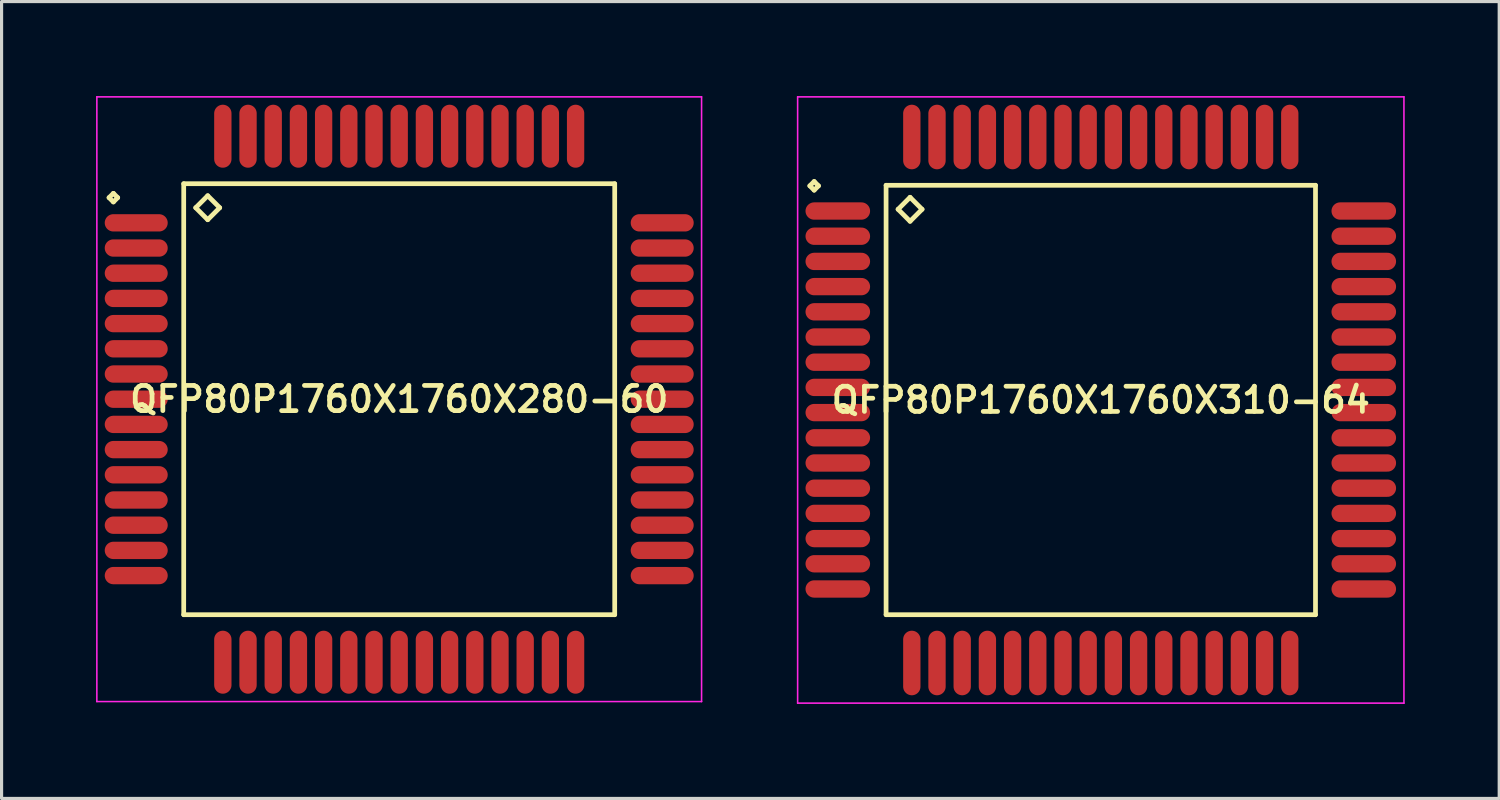
<source format=kicad_pcb>
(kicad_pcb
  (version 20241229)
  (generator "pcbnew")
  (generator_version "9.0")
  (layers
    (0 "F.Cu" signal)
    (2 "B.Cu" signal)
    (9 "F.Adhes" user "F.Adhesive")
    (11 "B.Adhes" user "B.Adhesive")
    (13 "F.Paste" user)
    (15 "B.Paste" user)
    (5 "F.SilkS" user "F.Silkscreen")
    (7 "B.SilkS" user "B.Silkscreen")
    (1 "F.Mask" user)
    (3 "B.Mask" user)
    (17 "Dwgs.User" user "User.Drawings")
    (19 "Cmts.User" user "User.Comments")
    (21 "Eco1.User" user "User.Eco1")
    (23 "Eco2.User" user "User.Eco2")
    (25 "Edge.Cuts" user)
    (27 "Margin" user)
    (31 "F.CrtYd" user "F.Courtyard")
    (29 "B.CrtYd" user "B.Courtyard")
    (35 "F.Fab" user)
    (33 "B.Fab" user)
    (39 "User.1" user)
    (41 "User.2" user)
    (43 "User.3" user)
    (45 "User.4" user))
  (footprint "QFP80P1760X1760X280-60"
    (layer "F.Cu")
    (at 9.625 9.625)
    (property "Reference" "QFP80P1760X1760X280-60" (at 0 0 0) (layer "F.SilkS") (effects (font (size 0.8 0.8) (thickness 0.15))))
    (attr smd)
    (fp_line (start -9.213 -6.4) (end -9.075 -6.537) (stroke (width 0.15) (type solid)) (layer "F.SilkS"))
    (fp_line (start -9.075 -6.537) (end -8.938 -6.4) (stroke (width 0.15) (type solid)) (layer "F.SilkS"))
    (fp_line (start -9.075 -6.263) (end -9.213 -6.4) (stroke (width 0.15) (type solid)) (layer "F.SilkS"))
    (fp_line (start -8.938 -6.4) (end -9.075 -6.263) (stroke (width 0.15) (type solid)) (layer "F.SilkS"))
    (fp_line (start -6.842 -6.842) (end -6.842 6.842) (stroke (width 0.15) (type solid)) (layer "F.SilkS"))
    (fp_line (start -6.842 6.842) (end 6.842 6.842) (stroke (width 0.15) (type solid)) (layer "F.SilkS"))
    (fp_line (start -6.461 -6.08) (end -6.08 -6.461) (stroke (width 0.15) (type solid)) (layer "F.SilkS"))
    (fp_line (start -6.08 -6.461) (end -5.699 -6.08) (stroke (width 0.15) (type solid)) (layer "F.SilkS"))
    (fp_line (start -6.08 -5.699) (end -6.461 -6.08) (stroke (width 0.15) (type solid)) (layer "F.SilkS"))
    (fp_line (start -5.699 -6.08) (end -6.08 -5.699) (stroke (width 0.15) (type solid)) (layer "F.SilkS"))
    (fp_line (start 6.842 -6.842) (end -6.842 -6.842) (stroke (width 0.15) (type solid)) (layer "F.SilkS"))
    (fp_line (start 6.842 6.842) (end 6.842 -6.842) (stroke (width 0.15) (type solid)) (layer "F.SilkS"))
    (fp_line (start -9.6 -9.6) (end 9.6 -9.6) (stroke (width 0.05) (type solid)) (layer "F.CrtYd"))
    (fp_line (start -9.6 9.6) (end -9.6 -9.6) (stroke (width 0.05) (type solid)) (layer "F.CrtYd"))
    (fp_line (start 9.6 -9.6) (end 9.6 9.6) (stroke (width 0.05) (type solid)) (layer "F.CrtYd"))
    (fp_line (start 9.6 9.6) (end -9.6 9.6) (stroke (width 0.05) (type solid)) (layer "F.CrtYd"))
    (pad "1" smd oval (at -8.35 -5.6) (size 2 0.55) (layers "F.Cu" "F.Mask" "F.Paste"))
    (pad "2" smd oval (at -8.35 -4.8) (size 2 0.55) (layers "F.Cu" "F.Mask" "F.Paste"))
    (pad "3" smd oval (at -8.35 -4) (size 2 0.55) (layers "F.Cu" "F.Mask" "F.Paste"))
    (pad "4" smd oval (at -8.35 -3.2) (size 2 0.55) (layers "F.Cu" "F.Mask" "F.Paste"))
    (pad "5" smd oval (at -8.35 -2.4) (size 2 0.55) (layers "F.Cu" "F.Mask" "F.Paste"))
    (pad "6" smd oval (at -8.35 -1.6) (size 2 0.55) (layers "F.Cu" "F.Mask" "F.Paste"))
    (pad "7" smd oval (at -8.35 -0.8) (size 2 0.55) (layers "F.Cu" "F.Mask" "F.Paste"))
    (pad "8" smd oval (at -8.35 0) (size 2 0.55) (layers "F.Cu" "F.Mask" "F.Paste"))
    (pad "9" smd oval (at -8.35 0.8) (size 2 0.55) (layers "F.Cu" "F.Mask" "F.Paste"))
    (pad "10" smd oval (at -8.35 1.6) (size 2 0.55) (layers "F.Cu" "F.Mask" "F.Paste"))
    (pad "11" smd oval (at -8.35 2.4) (size 2 0.55) (layers "F.Cu" "F.Mask" "F.Paste"))
    (pad "12" smd oval (at -8.35 3.2) (size 2 0.55) (layers "F.Cu" "F.Mask" "F.Paste"))
    (pad "13" smd oval (at -8.35 4) (size 2 0.55) (layers "F.Cu" "F.Mask" "F.Paste"))
    (pad "14" smd oval (at -8.35 4.8) (size 2 0.55) (layers "F.Cu" "F.Mask" "F.Paste"))
    (pad "15" smd oval (at -8.35 5.6) (size 2 0.55) (layers "F.Cu" "F.Mask" "F.Paste"))
    (pad "16" smd oval (at -5.6 8.35) (size 0.55 2) (layers "F.Cu" "F.Mask" "F.Paste"))
    (pad "17" smd oval (at -4.8 8.35) (size 0.55 2) (layers "F.Cu" "F.Mask" "F.Paste"))
    (pad "18" smd oval (at -4 8.35) (size 0.55 2) (layers "F.Cu" "F.Mask" "F.Paste"))
    (pad "19" smd oval (at -3.2 8.35) (size 0.55 2) (layers "F.Cu" "F.Mask" "F.Paste"))
    (pad "20" smd oval (at -2.4 8.35) (size 0.55 2) (layers "F.Cu" "F.Mask" "F.Paste"))
    (pad "21" smd oval (at -1.6 8.35) (size 0.55 2) (layers "F.Cu" "F.Mask" "F.Paste"))
    (pad "22" smd oval (at -0.8 8.35) (size 0.55 2) (layers "F.Cu" "F.Mask" "F.Paste"))
    (pad "23" smd oval (at 0 8.35) (size 0.55 2) (layers "F.Cu" "F.Mask" "F.Paste"))
    (pad "24" smd oval (at 0.8 8.35) (size 0.55 2) (layers "F.Cu" "F.Mask" "F.Paste"))
    (pad "25" smd oval (at 1.6 8.35) (size 0.55 2) (layers "F.Cu" "F.Mask" "F.Paste"))
    (pad "26" smd oval (at 2.4 8.35) (size 0.55 2) (layers "F.Cu" "F.Mask" "F.Paste"))
    (pad "27" smd oval (at 3.2 8.35) (size 0.55 2) (layers "F.Cu" "F.Mask" "F.Paste"))
    (pad "28" smd oval (at 4 8.35) (size 0.55 2) (layers "F.Cu" "F.Mask" "F.Paste"))
    (pad "29" smd oval (at 4.8 8.35) (size 0.55 2) (layers "F.Cu" "F.Mask" "F.Paste"))
    (pad "30" smd oval (at 5.6 8.35) (size 0.55 2) (layers "F.Cu" "F.Mask" "F.Paste"))
    (pad "31" smd oval (at 8.35 5.6) (size 2 0.55) (layers "F.Cu" "F.Mask" "F.Paste"))
    (pad "32" smd oval (at 8.35 4.8) (size 2 0.55) (layers "F.Cu" "F.Mask" "F.Paste"))
    (pad "33" smd oval (at 8.35 4) (size 2 0.55) (layers "F.Cu" "F.Mask" "F.Paste"))
    (pad "34" smd oval (at 8.35 3.2) (size 2 0.55) (layers "F.Cu" "F.Mask" "F.Paste"))
    (pad "35" smd oval (at 8.35 2.4) (size 2 0.55) (layers "F.Cu" "F.Mask" "F.Paste"))
    (pad "36" smd oval (at 8.35 1.6) (size 2 0.55) (layers "F.Cu" "F.Mask" "F.Paste"))
    (pad "37" smd oval (at 8.35 0.8) (size 2 0.55) (layers "F.Cu" "F.Mask" "F.Paste"))
    (pad "38" smd oval (at 8.35 0) (size 2 0.55) (layers "F.Cu" "F.Mask" "F.Paste"))
    (pad "39" smd oval (at 8.35 -0.8) (size 2 0.55) (layers "F.Cu" "F.Mask" "F.Paste"))
    (pad "40" smd oval (at 8.35 -1.6) (size 2 0.55) (layers "F.Cu" "F.Mask" "F.Paste"))
    (pad "41" smd oval (at 8.35 -2.4) (size 2 0.55) (layers "F.Cu" "F.Mask" "F.Paste"))
    (pad "42" smd oval (at 8.35 -3.2) (size 2 0.55) (layers "F.Cu" "F.Mask" "F.Paste"))
    (pad "43" smd oval (at 8.35 -4) (size 2 0.55) (layers "F.Cu" "F.Mask" "F.Paste"))
    (pad "44" smd oval (at 8.35 -4.8) (size 2 0.55) (layers "F.Cu" "F.Mask" "F.Paste"))
    (pad "45" smd oval (at 8.35 -5.6) (size 2 0.55) (layers "F.Cu" "F.Mask" "F.Paste"))
    (pad "46" smd oval (at 5.6 -8.35) (size 0.55 2) (layers "F.Cu" "F.Mask" "F.Paste"))
    (pad "47" smd oval (at 4.8 -8.35) (size 0.55 2) (layers "F.Cu" "F.Mask" "F.Paste"))
    (pad "48" smd oval (at 4 -8.35) (size 0.55 2) (layers "F.Cu" "F.Mask" "F.Paste"))
    (pad "49" smd oval (at 3.2 -8.35) (size 0.55 2) (layers "F.Cu" "F.Mask" "F.Paste"))
    (pad "50" smd oval (at 2.4 -8.35) (size 0.55 2) (layers "F.Cu" "F.Mask" "F.Paste"))
    (pad "51" smd oval (at 1.6 -8.35) (size 0.55 2) (layers "F.Cu" "F.Mask" "F.Paste"))
    (pad "52" smd oval (at 0.8 -8.35) (size 0.55 2) (layers "F.Cu" "F.Mask" "F.Paste"))
    (pad "53" smd oval (at 0 -8.35) (size 0.55 2) (layers "F.Cu" "F.Mask" "F.Paste"))
    (pad "54" smd oval (at -0.8 -8.35) (size 0.55 2) (layers "F.Cu" "F.Mask" "F.Paste"))
    (pad "55" smd oval (at -1.6 -8.35) (size 0.55 2) (layers "F.Cu" "F.Mask" "F.Paste"))
    (pad "56" smd oval (at -2.4 -8.35) (size 0.55 2) (layers "F.Cu" "F.Mask" "F.Paste"))
    (pad "57" smd oval (at -3.2 -8.35) (size 0.55 2) (layers "F.Cu" "F.Mask" "F.Paste"))
    (pad "58" smd oval (at -4 -8.35) (size 0.55 2) (layers "F.Cu" "F.Mask" "F.Paste"))
    (pad "59" smd oval (at -4.8 -8.35) (size 0.55 2) (layers "F.Cu" "F.Mask" "F.Paste"))
    (pad "60" smd oval (at -5.6 -8.35) (size 0.55 2) (layers "F.Cu" "F.Mask" "F.Paste")))
  (footprint "QFP80P1760X1760X310-64"
    (layer "F.Cu")
    (at 31.9 9.65)
    (property "Reference" "QFP80P1760X1760X310-64" (at 0 0 0) (layer "F.SilkS") (effects (font (size 0.8 0.8) (thickness 0.15))))
    (attr smd)
    (fp_line (start -9.238 -6.8) (end -9.1 -6.938) (stroke (width 0.15) (type solid)) (layer "F.SilkS"))
    (fp_line (start -9.1 -6.938) (end -8.963 -6.8) (stroke (width 0.15) (type solid)) (layer "F.SilkS"))
    (fp_line (start -9.1 -6.662) (end -9.238 -6.8) (stroke (width 0.15) (type solid)) (layer "F.SilkS"))
    (fp_line (start -8.963 -6.8) (end -9.1 -6.662) (stroke (width 0.15) (type solid)) (layer "F.SilkS"))
    (fp_line (start -6.817 -6.817) (end -6.817 6.817) (stroke (width 0.15) (type solid)) (layer "F.SilkS"))
    (fp_line (start -6.817 6.817) (end 6.817 6.817) (stroke (width 0.15) (type solid)) (layer "F.SilkS"))
    (fp_line (start -6.436 -6.055) (end -6.055 -6.436) (stroke (width 0.15) (type solid)) (layer "F.SilkS"))
    (fp_line (start -6.055 -6.436) (end -5.674 -6.055) (stroke (width 0.15) (type solid)) (layer "F.SilkS"))
    (fp_line (start -6.055 -5.674) (end -6.436 -6.055) (stroke (width 0.15) (type solid)) (layer "F.SilkS"))
    (fp_line (start -5.674 -6.055) (end -6.055 -5.674) (stroke (width 0.15) (type solid)) (layer "F.SilkS"))
    (fp_line (start 6.817 -6.817) (end -6.817 -6.817) (stroke (width 0.15) (type solid)) (layer "F.SilkS"))
    (fp_line (start 6.817 6.817) (end 6.817 -6.817) (stroke (width 0.15) (type solid)) (layer "F.SilkS"))
    (fp_line (start -9.625 -9.625) (end 9.625 -9.625) (stroke (width 0.05) (type solid)) (layer "F.CrtYd"))
    (fp_line (start -9.625 9.625) (end -9.625 -9.625) (stroke (width 0.05) (type solid)) (layer "F.CrtYd"))
    (fp_line (start 9.625 -9.625) (end 9.625 9.625) (stroke (width 0.05) (type solid)) (layer "F.CrtYd"))
    (fp_line (start 9.625 9.625) (end -9.625 9.625) (stroke (width 0.05) (type solid)) (layer "F.CrtYd"))
    (pad "1" smd oval (at -8.35 -6) (size 2.05 0.55) (layers "F.Cu" "F.Mask" "F.Paste"))
    (pad "2" smd oval (at -8.35 -5.2) (size 2.05 0.55) (layers "F.Cu" "F.Mask" "F.Paste"))
    (pad "3" smd oval (at -8.35 -4.4) (size 2.05 0.55) (layers "F.Cu" "F.Mask" "F.Paste"))
    (pad "4" smd oval (at -8.35 -3.6) (size 2.05 0.55) (layers "F.Cu" "F.Mask" "F.Paste"))
    (pad "5" smd oval (at -8.35 -2.8) (size 2.05 0.55) (layers "F.Cu" "F.Mask" "F.Paste"))
    (pad "6" smd oval (at -8.35 -2) (size 2.05 0.55) (layers "F.Cu" "F.Mask" "F.Paste"))
    (pad "7" smd oval (at -8.35 -1.2) (size 2.05 0.55) (layers "F.Cu" "F.Mask" "F.Paste"))
    (pad "8" smd oval (at -8.35 -0.4) (size 2.05 0.55) (layers "F.Cu" "F.Mask" "F.Paste"))
    (pad "9" smd oval (at -8.35 0.4) (size 2.05 0.55) (layers "F.Cu" "F.Mask" "F.Paste"))
    (pad "10" smd oval (at -8.35 1.2) (size 2.05 0.55) (layers "F.Cu" "F.Mask" "F.Paste"))
    (pad "11" smd oval (at -8.35 2) (size 2.05 0.55) (layers "F.Cu" "F.Mask" "F.Paste"))
    (pad "12" smd oval (at -8.35 2.8) (size 2.05 0.55) (layers "F.Cu" "F.Mask" "F.Paste"))
    (pad "13" smd oval (at -8.35 3.6) (size 2.05 0.55) (layers "F.Cu" "F.Mask" "F.Paste"))
    (pad "14" smd oval (at -8.35 4.4) (size 2.05 0.55) (layers "F.Cu" "F.Mask" "F.Paste"))
    (pad "15" smd oval (at -8.35 5.2) (size 2.05 0.55) (layers "F.Cu" "F.Mask" "F.Paste"))
    (pad "16" smd oval (at -8.35 6) (size 2.05 0.55) (layers "F.Cu" "F.Mask" "F.Paste"))
    (pad "17" smd oval (at -6 8.35) (size 0.55 2.05) (layers "F.Cu" "F.Mask" "F.Paste"))
    (pad "18" smd oval (at -5.2 8.35) (size 0.55 2.05) (layers "F.Cu" "F.Mask" "F.Paste"))
    (pad "19" smd oval (at -4.4 8.35) (size 0.55 2.05) (layers "F.Cu" "F.Mask" "F.Paste"))
    (pad "20" smd oval (at -3.6 8.35) (size 0.55 2.05) (layers "F.Cu" "F.Mask" "F.Paste"))
    (pad "21" smd oval (at -2.8 8.35) (size 0.55 2.05) (layers "F.Cu" "F.Mask" "F.Paste"))
    (pad "22" smd oval (at -2 8.35) (size 0.55 2.05) (layers "F.Cu" "F.Mask" "F.Paste"))
    (pad "23" smd oval (at -1.2 8.35) (size 0.55 2.05) (layers "F.Cu" "F.Mask" "F.Paste"))
    (pad "24" smd oval (at -0.4 8.35) (size 0.55 2.05) (layers "F.Cu" "F.Mask" "F.Paste"))
    (pad "25" smd oval (at 0.4 8.35) (size 0.55 2.05) (layers "F.Cu" "F.Mask" "F.Paste"))
    (pad "26" smd oval (at 1.2 8.35) (size 0.55 2.05) (layers "F.Cu" "F.Mask" "F.Paste"))
    (pad "27" smd oval (at 2 8.35) (size 0.55 2.05) (layers "F.Cu" "F.Mask" "F.Paste"))
    (pad "28" smd oval (at 2.8 8.35) (size 0.55 2.05) (layers "F.Cu" "F.Mask" "F.Paste"))
    (pad "29" smd oval (at 3.6 8.35) (size 0.55 2.05) (layers "F.Cu" "F.Mask" "F.Paste"))
    (pad "30" smd oval (at 4.4 8.35) (size 0.55 2.05) (layers "F.Cu" "F.Mask" "F.Paste"))
    (pad "31" smd oval (at 5.2 8.35) (size 0.55 2.05) (layers "F.Cu" "F.Mask" "F.Paste"))
    (pad "32" smd oval (at 6 8.35) (size 0.55 2.05) (layers "F.Cu" "F.Mask" "F.Paste"))
    (pad "33" smd oval (at 8.35 6) (size 2.05 0.55) (layers "F.Cu" "F.Mask" "F.Paste"))
    (pad "34" smd oval (at 8.35 5.2) (size 2.05 0.55) (layers "F.Cu" "F.Mask" "F.Paste"))
    (pad "35" smd oval (at 8.35 4.4) (size 2.05 0.55) (layers "F.Cu" "F.Mask" "F.Paste"))
    (pad "36" smd oval (at 8.35 3.6) (size 2.05 0.55) (layers "F.Cu" "F.Mask" "F.Paste"))
    (pad "37" smd oval (at 8.35 2.8) (size 2.05 0.55) (layers "F.Cu" "F.Mask" "F.Paste"))
    (pad "38" smd oval (at 8.35 2) (size 2.05 0.55) (layers "F.Cu" "F.Mask" "F.Paste"))
    (pad "39" smd oval (at 8.35 1.2) (size 2.05 0.55) (layers "F.Cu" "F.Mask" "F.Paste"))
    (pad "40" smd oval (at 8.35 0.4) (size 2.05 0.55) (layers "F.Cu" "F.Mask" "F.Paste"))
    (pad "41" smd oval (at 8.35 -0.4) (size 2.05 0.55) (layers "F.Cu" "F.Mask" "F.Paste"))
    (pad "42" smd oval (at 8.35 -1.2) (size 2.05 0.55) (layers "F.Cu" "F.Mask" "F.Paste"))
    (pad "43" smd oval (at 8.35 -2) (size 2.05 0.55) (layers "F.Cu" "F.Mask" "F.Paste"))
    (pad "44" smd oval (at 8.35 -2.8) (size 2.05 0.55) (layers "F.Cu" "F.Mask" "F.Paste"))
    (pad "45" smd oval (at 8.35 -3.6) (size 2.05 0.55) (layers "F.Cu" "F.Mask" "F.Paste"))
    (pad "46" smd oval (at 8.35 -4.4) (size 2.05 0.55) (layers "F.Cu" "F.Mask" "F.Paste"))
    (pad "47" smd oval (at 8.35 -5.2) (size 2.05 0.55) (layers "F.Cu" "F.Mask" "F.Paste"))
    (pad "48" smd oval (at 8.35 -6) (size 2.05 0.55) (layers "F.Cu" "F.Mask" "F.Paste"))
    (pad "49" smd oval (at 6 -8.35) (size 0.55 2.05) (layers "F.Cu" "F.Mask" "F.Paste"))
    (pad "50" smd oval (at 5.2 -8.35) (size 0.55 2.05) (layers "F.Cu" "F.Mask" "F.Paste"))
    (pad "51" smd oval (at 4.4 -8.35) (size 0.55 2.05) (layers "F.Cu" "F.Mask" "F.Paste"))
    (pad "52" smd oval (at 3.6 -8.35) (size 0.55 2.05) (layers "F.Cu" "F.Mask" "F.Paste"))
    (pad "53" smd oval (at 2.8 -8.35) (size 0.55 2.05) (layers "F.Cu" "F.Mask" "F.Paste"))
    (pad "54" smd oval (at 2 -8.35) (size 0.55 2.05) (layers "F.Cu" "F.Mask" "F.Paste"))
    (pad "55" smd oval (at 1.2 -8.35) (size 0.55 2.05) (layers "F.Cu" "F.Mask" "F.Paste"))
    (pad "56" smd oval (at 0.4 -8.35) (size 0.55 2.05) (layers "F.Cu" "F.Mask" "F.Paste"))
    (pad "57" smd oval (at -0.4 -8.35) (size 0.55 2.05) (layers "F.Cu" "F.Mask" "F.Paste"))
    (pad "58" smd oval (at -1.2 -8.35) (size 0.55 2.05) (layers "F.Cu" "F.Mask" "F.Paste"))
    (pad "59" smd oval (at -2 -8.35) (size 0.55 2.05) (layers "F.Cu" "F.Mask" "F.Paste"))
    (pad "60" smd oval (at -2.8 -8.35) (size 0.55 2.05) (layers "F.Cu" "F.Mask" "F.Paste"))
    (pad "61" smd oval (at -3.6 -8.35) (size 0.55 2.05) (layers "F.Cu" "F.Mask" "F.Paste"))
    (pad "62" smd oval (at -4.4 -8.35) (size 0.55 2.05) (layers "F.Cu" "F.Mask" "F.Paste"))
    (pad "63" smd oval (at -5.2 -8.35) (size 0.55 2.05) (layers "F.Cu" "F.Mask" "F.Paste"))
    (pad "64" smd oval (at -6 -8.35) (size 0.55 2.05) (layers "F.Cu" "F.Mask" "F.Paste")))
  (gr_rect
    (start -3 -3)
    (end 44.55 22.3)
    (stroke (width 0.1) (type default))
    (fill no)
    (layer "Edge.Cuts")))
</source>
